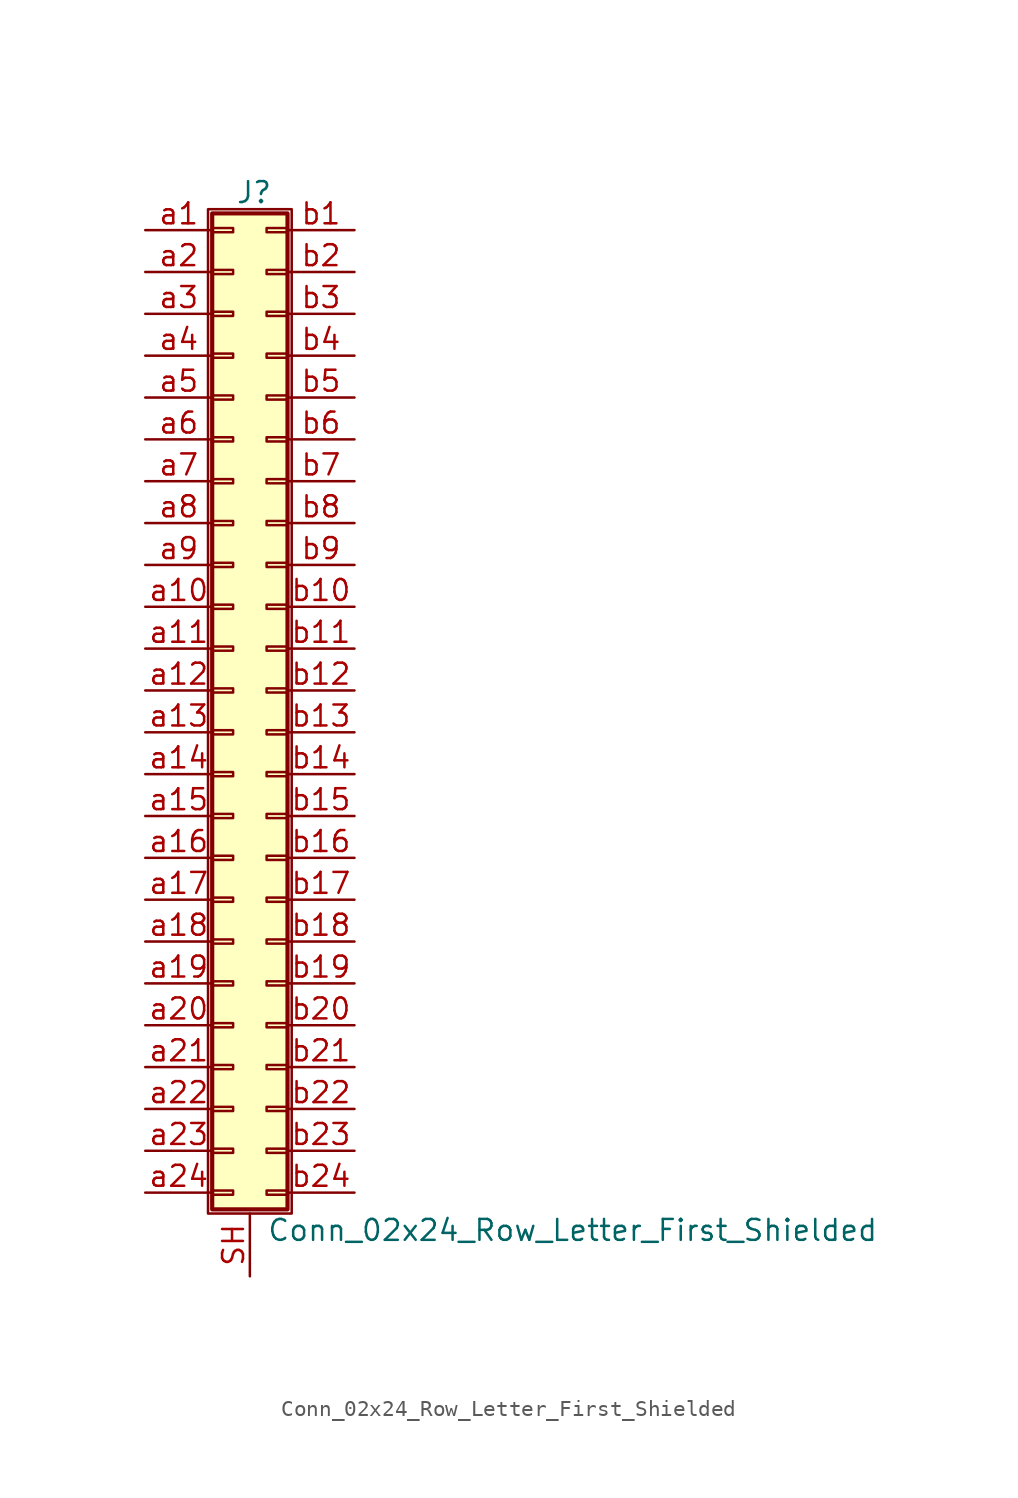
<source format=kicad_sym>
(kicad_symbol_lib
  (version 20220914)
  (generator kicad_symbol_editor)
  (symbol "Conn_02x24_Row_Letter_First_Shielded"
    (pin_names
      (offset 1.016) hide)
    (property "Reference" "J"
      (at 1.524 30.226 0)
      (effects (font (size 1.27 1.27))))
    (property "Value" "Conn_02x24_Row_Letter_First_Shielded"
      (at 2.286 -32.766 0)
      (effects (font (size 1.27 1.27)) (justify left)))
    (symbol "Conn_02x24_Row_Letter_First_Shielded_1_1"
      (rectangle (start -1.27 29.21) (end 3.81 -31.75) (stroke (width 0.152) (type default)) (fill (type none)))
      (rectangle (start -1.016 -30.353) (end 0.254 -30.607) (stroke (width 0.152) (type default)) (fill (type none)))
      (rectangle (start -1.016 -27.813) (end 0.254 -28.067) (stroke (width 0.152) (type default)) (fill (type none)))
      (rectangle (start -1.016 -25.273) (end 0.254 -25.527) (stroke (width 0.152) (type default)) (fill (type none)))
      (rectangle (start -1.016 -22.733) (end 0.254 -22.987) (stroke (width 0.152) (type default)) (fill (type none)))
      (rectangle (start -1.016 -20.193) (end 0.254 -20.447) (stroke (width 0.152) (type default)) (fill (type none)))
      (rectangle (start -1.016 -17.653) (end 0.254 -17.907) (stroke (width 0.152) (type default)) (fill (type none)))
      (rectangle (start -1.016 -15.113) (end 0.254 -15.367) (stroke (width 0.152) (type default)) (fill (type none)))
      (rectangle (start -1.016 -12.573) (end 0.254 -12.827) (stroke (width 0.152) (type default)) (fill (type none)))
      (rectangle (start -1.016 -10.033) (end 0.254 -10.287) (stroke (width 0.152) (type default)) (fill (type none)))
      (rectangle (start -1.016 -7.493) (end 0.254 -7.747) (stroke (width 0.152) (type default)) (fill (type none)))
      (rectangle (start -1.016 -4.953) (end 0.254 -5.207) (stroke (width 0.152) (type default)) (fill (type none)))
      (rectangle (start -1.016 -2.413) (end 0.254 -2.667) (stroke (width 0.152) (type default)) (fill (type none)))
      (rectangle (start -1.016 0.127) (end 0.254 -0.127) (stroke (width 0.152) (type default)) (fill (type none)))
      (rectangle (start -1.016 2.667) (end 0.254 2.413) (stroke (width 0.152) (type default)) (fill (type none)))
      (rectangle (start -1.016 5.207) (end 0.254 4.953) (stroke (width 0.152) (type default)) (fill (type none)))
      (rectangle (start -1.016 7.747) (end 0.254 7.493) (stroke (width 0.152) (type default)) (fill (type none)))
      (rectangle (start -1.016 10.287) (end 0.254 10.033) (stroke (width 0.152) (type default)) (fill (type none)))
      (rectangle (start -1.016 12.827) (end 0.254 12.573) (stroke (width 0.152) (type default)) (fill (type none)))
      (rectangle (start -1.016 15.367) (end 0.254 15.113) (stroke (width 0.152) (type default)) (fill (type none)))
      (rectangle (start -1.016 17.907) (end 0.254 17.653) (stroke (width 0.152) (type default)) (fill (type none)))
      (rectangle (start -1.016 20.447) (end 0.254 20.193) (stroke (width 0.152) (type default)) (fill (type none)))
      (rectangle (start -1.016 22.987) (end 0.254 22.733) (stroke (width 0.152) (type default)) (fill (type none)))
      (rectangle (start -1.016 25.527) (end 0.254 25.273) (stroke (width 0.152) (type default)) (fill (type none)))
      (rectangle (start -1.016 28.067) (end 0.254 27.813) (stroke (width 0.152) (type default)) (fill (type none)))
      (rectangle (start -1.016 28.956) (end 3.556 -31.496) (stroke (width 0.254) (type default)) (fill (type background)))
      (rectangle (start 3.556 -30.353) (end 2.286 -30.607) (stroke (width 0.152) (type default)) (fill (type none)))
      (rectangle (start 3.556 -27.813) (end 2.286 -28.067) (stroke (width 0.152) (type default)) (fill (type none)))
      (rectangle (start 3.556 -25.273) (end 2.286 -25.527) (stroke (width 0.152) (type default)) (fill (type none)))
      (rectangle (start 3.556 -22.733) (end 2.286 -22.987) (stroke (width 0.152) (type default)) (fill (type none)))
      (rectangle (start 3.556 -20.193) (end 2.286 -20.447) (stroke (width 0.152) (type default)) (fill (type none)))
      (rectangle (start 3.556 -17.653) (end 2.286 -17.907) (stroke (width 0.152) (type default)) (fill (type none)))
      (rectangle (start 3.556 -15.113) (end 2.286 -15.367) (stroke (width 0.152) (type default)) (fill (type none)))
      (rectangle (start 3.556 -12.573) (end 2.286 -12.827) (stroke (width 0.152) (type default)) (fill (type none)))
      (rectangle (start 3.556 -10.033) (end 2.286 -10.287) (stroke (width 0.152) (type default)) (fill (type none)))
      (rectangle (start 3.556 -7.493) (end 2.286 -7.747) (stroke (width 0.152) (type default)) (fill (type none)))
      (rectangle (start 3.556 -4.953) (end 2.286 -5.207) (stroke (width 0.152) (type default)) (fill (type none)))
      (rectangle (start 3.556 -2.413) (end 2.286 -2.667) (stroke (width 0.152) (type default)) (fill (type none)))
      (rectangle (start 3.556 0.127) (end 2.286 -0.127) (stroke (width 0.152) (type default)) (fill (type none)))
      (rectangle (start 3.556 2.667) (end 2.286 2.413) (stroke (width 0.152) (type default)) (fill (type none)))
      (rectangle (start 3.556 5.207) (end 2.286 4.953) (stroke (width 0.152) (type default)) (fill (type none)))
      (rectangle (start 3.556 7.747) (end 2.286 7.493) (stroke (width 0.152) (type default)) (fill (type none)))
      (rectangle (start 3.556 10.287) (end 2.286 10.033) (stroke (width 0.152) (type default)) (fill (type none)))
      (rectangle (start 3.556 12.827) (end 2.286 12.573) (stroke (width 0.152) (type default)) (fill (type none)))
      (rectangle (start 3.556 15.367) (end 2.286 15.113) (stroke (width 0.152) (type default)) (fill (type none)))
      (rectangle (start 3.556 17.907) (end 2.286 17.653) (stroke (width 0.152) (type default)) (fill (type none)))
      (rectangle (start 3.556 20.447) (end 2.286 20.193) (stroke (width 0.152) (type default)) (fill (type none)))
      (rectangle (start 3.556 22.987) (end 2.286 22.733) (stroke (width 0.152) (type default)) (fill (type none)))
      (rectangle (start 3.556 25.527) (end 2.286 25.273) (stroke (width 0.152) (type default)) (fill (type none)))
      (rectangle (start 3.556 28.067) (end 2.286 27.813) (stroke (width 0.152) (type default)) (fill (type none)))
      (pin passive line (at 1.27 -35.56 90) (length 3.81) (name "Shield" (effects (font (size 1.27 1.27)))) (number "SH" (effects (font (size 1.27 1.27)))))
      (pin passive line (at -5.08 27.94 0) (length 4.064) (name "Pin_a1" (effects (font (size 1.27 1.27)))) (number "a1" (effects (font (size 1.27 1.27)))))
      (pin passive line (at -5.08 5.08 0) (length 4.064) (name "Pin_a10" (effects (font (size 1.27 1.27)))) (number "a10" (effects (font (size 1.27 1.27)))))
      (pin passive line (at -5.08 2.54 0) (length 4.064) (name "Pin_a11" (effects (font (size 1.27 1.27)))) (number "a11" (effects (font (size 1.27 1.27)))))
      (pin passive line (at -5.08 0 0) (length 4.064) (name "Pin_a12" (effects (font (size 1.27 1.27)))) (number "a12" (effects (font (size 1.27 1.27)))))
      (pin passive line (at -5.08 -2.54 0) (length 4.064) (name "Pin_a13" (effects (font (size 1.27 1.27)))) (number "a13" (effects (font (size 1.27 1.27)))))
      (pin passive line (at -5.08 -5.08 0) (length 4.064) (name "Pin_a14" (effects (font (size 1.27 1.27)))) (number "a14" (effects (font (size 1.27 1.27)))))
      (pin passive line (at -5.08 -7.62 0) (length 4.064) (name "Pin_a15" (effects (font (size 1.27 1.27)))) (number "a15" (effects (font (size 1.27 1.27)))))
      (pin passive line (at -5.08 -10.16 0) (length 4.064) (name "Pin_a16" (effects (font (size 1.27 1.27)))) (number "a16" (effects (font (size 1.27 1.27)))))
      (pin passive line (at -5.08 -12.7 0) (length 4.064) (name "Pin_a17" (effects (font (size 1.27 1.27)))) (number "a17" (effects (font (size 1.27 1.27)))))
      (pin passive line (at -5.08 -15.24 0) (length 4.064) (name "Pin_a18" (effects (font (size 1.27 1.27)))) (number "a18" (effects (font (size 1.27 1.27)))))
      (pin passive line (at -5.08 -17.78 0) (length 4.064) (name "Pin_a19" (effects (font (size 1.27 1.27)))) (number "a19" (effects (font (size 1.27 1.27)))))
      (pin passive line (at -5.08 25.4 0) (length 4.064) (name "Pin_a2" (effects (font (size 1.27 1.27)))) (number "a2" (effects (font (size 1.27 1.27)))))
      (pin passive line (at -5.08 -20.32 0) (length 4.064) (name "Pin_a20" (effects (font (size 1.27 1.27)))) (number "a20" (effects (font (size 1.27 1.27)))))
      (pin passive line (at -5.08 -22.86 0) (length 4.064) (name "Pin_a21" (effects (font (size 1.27 1.27)))) (number "a21" (effects (font (size 1.27 1.27)))))
      (pin passive line (at -5.08 -25.4 0) (length 4.064) (name "Pin_a22" (effects (font (size 1.27 1.27)))) (number "a22" (effects (font (size 1.27 1.27)))))
      (pin passive line (at -5.08 -27.94 0) (length 4.064) (name "Pin_a23" (effects (font (size 1.27 1.27)))) (number "a23" (effects (font (size 1.27 1.27)))))
      (pin passive line (at -5.08 -30.48 0) (length 4.064) (name "Pin_a24" (effects (font (size 1.27 1.27)))) (number "a24" (effects (font (size 1.27 1.27)))))
      (pin passive line (at -5.08 22.86 0) (length 4.064) (name "Pin_a3" (effects (font (size 1.27 1.27)))) (number "a3" (effects (font (size 1.27 1.27)))))
      (pin passive line (at -5.08 20.32 0) (length 4.064) (name "Pin_a4" (effects (font (size 1.27 1.27)))) (number "a4" (effects (font (size 1.27 1.27)))))
      (pin passive line (at -5.08 17.78 0) (length 4.064) (name "Pin_a5" (effects (font (size 1.27 1.27)))) (number "a5" (effects (font (size 1.27 1.27)))))
      (pin passive line (at -5.08 15.24 0) (length 4.064) (name "Pin_a6" (effects (font (size 1.27 1.27)))) (number "a6" (effects (font (size 1.27 1.27)))))
      (pin passive line (at -5.08 12.7 0) (length 4.064) (name "Pin_a7" (effects (font (size 1.27 1.27)))) (number "a7" (effects (font (size 1.27 1.27)))))
      (pin passive line (at -5.08 10.16 0) (length 4.064) (name "Pin_a8" (effects (font (size 1.27 1.27)))) (number "a8" (effects (font (size 1.27 1.27)))))
      (pin passive line (at -5.08 7.62 0) (length 4.064) (name "Pin_a9" (effects (font (size 1.27 1.27)))) (number "a9" (effects (font (size 1.27 1.27)))))
      (pin passive line (at 7.62 27.94 180) (length 4.064) (name "Pin_b1" (effects (font (size 1.27 1.27)))) (number "b1" (effects (font (size 1.27 1.27)))))
      (pin passive line (at 7.62 5.08 180) (length 4.064) (name "Pin_b10" (effects (font (size 1.27 1.27)))) (number "b10" (effects (font (size 1.27 1.27)))))
      (pin passive line (at 7.62 2.54 180) (length 4.064) (name "Pin_b11" (effects (font (size 1.27 1.27)))) (number "b11" (effects (font (size 1.27 1.27)))))
      (pin passive line (at 7.62 0 180) (length 4.064) (name "Pin_b12" (effects (font (size 1.27 1.27)))) (number "b12" (effects (font (size 1.27 1.27)))))
      (pin passive line (at 7.62 -2.54 180) (length 4.064) (name "Pin_b13" (effects (font (size 1.27 1.27)))) (number "b13" (effects (font (size 1.27 1.27)))))
      (pin passive line (at 7.62 -5.08 180) (length 4.064) (name "Pin_b14" (effects (font (size 1.27 1.27)))) (number "b14" (effects (font (size 1.27 1.27)))))
      (pin passive line (at 7.62 -7.62 180) (length 4.064) (name "Pin_b15" (effects (font (size 1.27 1.27)))) (number "b15" (effects (font (size 1.27 1.27)))))
      (pin passive line (at 7.62 -10.16 180) (length 4.064) (name "Pin_b16" (effects (font (size 1.27 1.27)))) (number "b16" (effects (font (size 1.27 1.27)))))
      (pin passive line (at 7.62 -12.7 180) (length 4.064) (name "Pin_b17" (effects (font (size 1.27 1.27)))) (number "b17" (effects (font (size 1.27 1.27)))))
      (pin passive line (at 7.62 -15.24 180) (length 4.064) (name "Pin_b18" (effects (font (size 1.27 1.27)))) (number "b18" (effects (font (size 1.27 1.27)))))
      (pin passive line (at 7.62 -17.78 180) (length 4.064) (name "Pin_b19" (effects (font (size 1.27 1.27)))) (number "b19" (effects (font (size 1.27 1.27)))))
      (pin passive line (at 7.62 25.4 180) (length 4.064) (name "Pin_b2" (effects (font (size 1.27 1.27)))) (number "b2" (effects (font (size 1.27 1.27)))))
      (pin passive line (at 7.62 -20.32 180) (length 4.064) (name "Pin_b20" (effects (font (size 1.27 1.27)))) (number "b20" (effects (font (size 1.27 1.27)))))
      (pin passive line (at 7.62 -22.86 180) (length 4.064) (name "Pin_b21" (effects (font (size 1.27 1.27)))) (number "b21" (effects (font (size 1.27 1.27)))))
      (pin passive line (at 7.62 -25.4 180) (length 4.064) (name "Pin_b22" (effects (font (size 1.27 1.27)))) (number "b22" (effects (font (size 1.27 1.27)))))
      (pin passive line (at 7.62 -27.94 180) (length 4.064) (name "Pin_b23" (effects (font (size 1.27 1.27)))) (number "b23" (effects (font (size 1.27 1.27)))))
      (pin passive line (at 7.62 -30.48 180) (length 4.064) (name "Pin_b24" (effects (font (size 1.27 1.27)))) (number "b24" (effects (font (size 1.27 1.27)))))
      (pin passive line (at 7.62 22.86 180) (length 4.064) (name "Pin_b3" (effects (font (size 1.27 1.27)))) (number "b3" (effects (font (size 1.27 1.27)))))
      (pin passive line (at 7.62 20.32 180) (length 4.064) (name "Pin_b4" (effects (font (size 1.27 1.27)))) (number "b4" (effects (font (size 1.27 1.27)))))
      (pin passive line (at 7.62 17.78 180) (length 4.064) (name "Pin_b5" (effects (font (size 1.27 1.27)))) (number "b5" (effects (font (size 1.27 1.27)))))
      (pin passive line (at 7.62 15.24 180) (length 4.064) (name "Pin_b6" (effects (font (size 1.27 1.27)))) (number "b6" (effects (font (size 1.27 1.27)))))
      (pin passive line (at 7.62 12.7 180) (length 4.064) (name "Pin_b7" (effects (font (size 1.27 1.27)))) (number "b7" (effects (font (size 1.27 1.27)))))
      (pin passive line (at 7.62 10.16 180) (length 4.064) (name "Pin_b8" (effects (font (size 1.27 1.27)))) (number "b8" (effects (font (size 1.27 1.27)))))
      (pin passive line (at 7.62 7.62 180) (length 4.064) (name "Pin_b9" (effects (font (size 1.27 1.27)))) (number "b9" (effects (font (size 1.27 1.27))))))))
</source>
